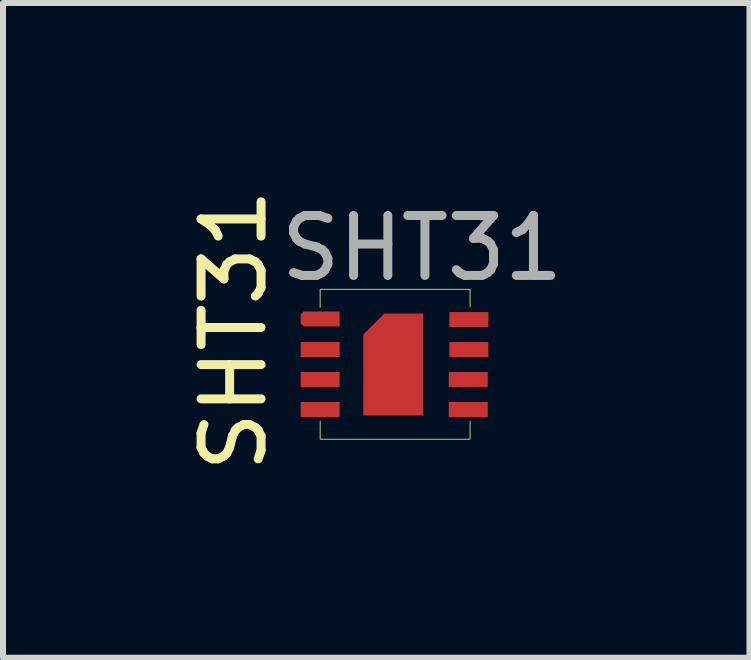
<source format=kicad_pcb>
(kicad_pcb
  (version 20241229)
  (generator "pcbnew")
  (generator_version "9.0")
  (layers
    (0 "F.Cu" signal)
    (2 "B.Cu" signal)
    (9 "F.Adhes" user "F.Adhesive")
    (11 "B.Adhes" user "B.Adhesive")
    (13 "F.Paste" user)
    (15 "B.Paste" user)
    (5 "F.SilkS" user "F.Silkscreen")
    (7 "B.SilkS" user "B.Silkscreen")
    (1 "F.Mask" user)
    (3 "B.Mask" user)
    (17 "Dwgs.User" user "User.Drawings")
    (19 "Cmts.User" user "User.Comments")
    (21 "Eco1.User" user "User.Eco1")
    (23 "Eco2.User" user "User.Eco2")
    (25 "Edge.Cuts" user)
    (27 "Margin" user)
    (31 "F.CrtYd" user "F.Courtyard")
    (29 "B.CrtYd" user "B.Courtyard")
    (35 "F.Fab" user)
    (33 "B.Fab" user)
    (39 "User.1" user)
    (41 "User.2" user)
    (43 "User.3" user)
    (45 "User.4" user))
  (footprint "SHT31"
    (layer "F.Cu")
    (at 1.708 1.518)
    (property "Reference" "SHT31" (at -0.86 0.94 90) (unlocked yes) (layer "F.SilkS") (effects (font (size 1 1) (thickness 0.15))))
    (attr smd)
    (fp_line (start 0.58 0.255) (end 3.08 0.255) (stroke (width 0.013) (type solid)) (layer "F.SilkS"))
    (fp_line (start 0.58 0.263) (end 0.58 0.557) (stroke (width 0.013) (type solid)) (layer "F.SilkS"))
    (fp_line (start 0.58 2.453) (end 0.58 2.748) (stroke (width 0.013) (type solid)) (layer "F.SilkS"))
    (fp_line (start 3.08 0.255) (end 3.08 0.55) (stroke (width 0.013) (type solid)) (layer "F.SilkS"))
    (fp_line (start 3.08 2.453) (end 3.08 2.748) (stroke (width 0.013) (type solid)) (layer "F.SilkS"))
    (fp_line (start 3.08 2.755) (end 0.58 2.755) (stroke (width 0.013) (type solid)) (layer "F.SilkS"))
    (fp_text user "${REFERENCE}" (at 2.28 -0.43 0) (unlocked yes) (layer "F.Fab") (effects (font (size 1 1) (thickness 0.15))))
    (pad "1" smd roundrect (at 0.58 0.75) (size 0.65 0.25) (layers "F.Cu" "F.Mask" "F.Paste") (roundrect_rratio 0) (chamfer_ratio 0.2) (chamfer top_left bottom_left))
    (pad "2" smd rect (at 0.58 1.26) (size 0.65 0.25) (layers "F.Cu" "F.Mask" "F.Paste"))
    (pad "3" smd rect (at 0.58 1.76) (size 0.65 0.25) (layers "F.Cu" "F.Mask" "F.Paste"))
    (pad "4" smd rect (at 0.58 2.26) (size 0.65 0.25) (layers "F.Cu" "F.Mask" "F.Paste"))
    (pad "5" smd rect (at 3.05 2.26) (size 0.65 0.25) (layers "F.Cu" "F.Mask" "F.Paste"))
    (pad "6" smd rect (at 3.05 1.76) (size 0.65 0.25) (layers "F.Cu" "F.Mask" "F.Paste"))
    (pad "7" smd rect (at 3.06 1.26) (size 0.65 0.25) (layers "F.Cu" "F.Mask" "F.Paste"))
    (pad "8" smd rect (at 3.06 0.76) (size 0.65 0.25) (layers "F.Cu" "F.Mask" "F.Paste"))
    (pad "9" smd roundrect (at 1.8 1.51) (size 1 1.7) (layers "F.Cu" "F.Mask" "F.Paste") (roundrect_rratio 0) (chamfer_ratio 0.35) (chamfer top_left)))
  (gr_rect
    (start -3 -3)
    (end 9.447 7.917)
    (stroke (width 0.1) (type default))
    (fill no)
    (layer "Edge.Cuts")))
</source>
